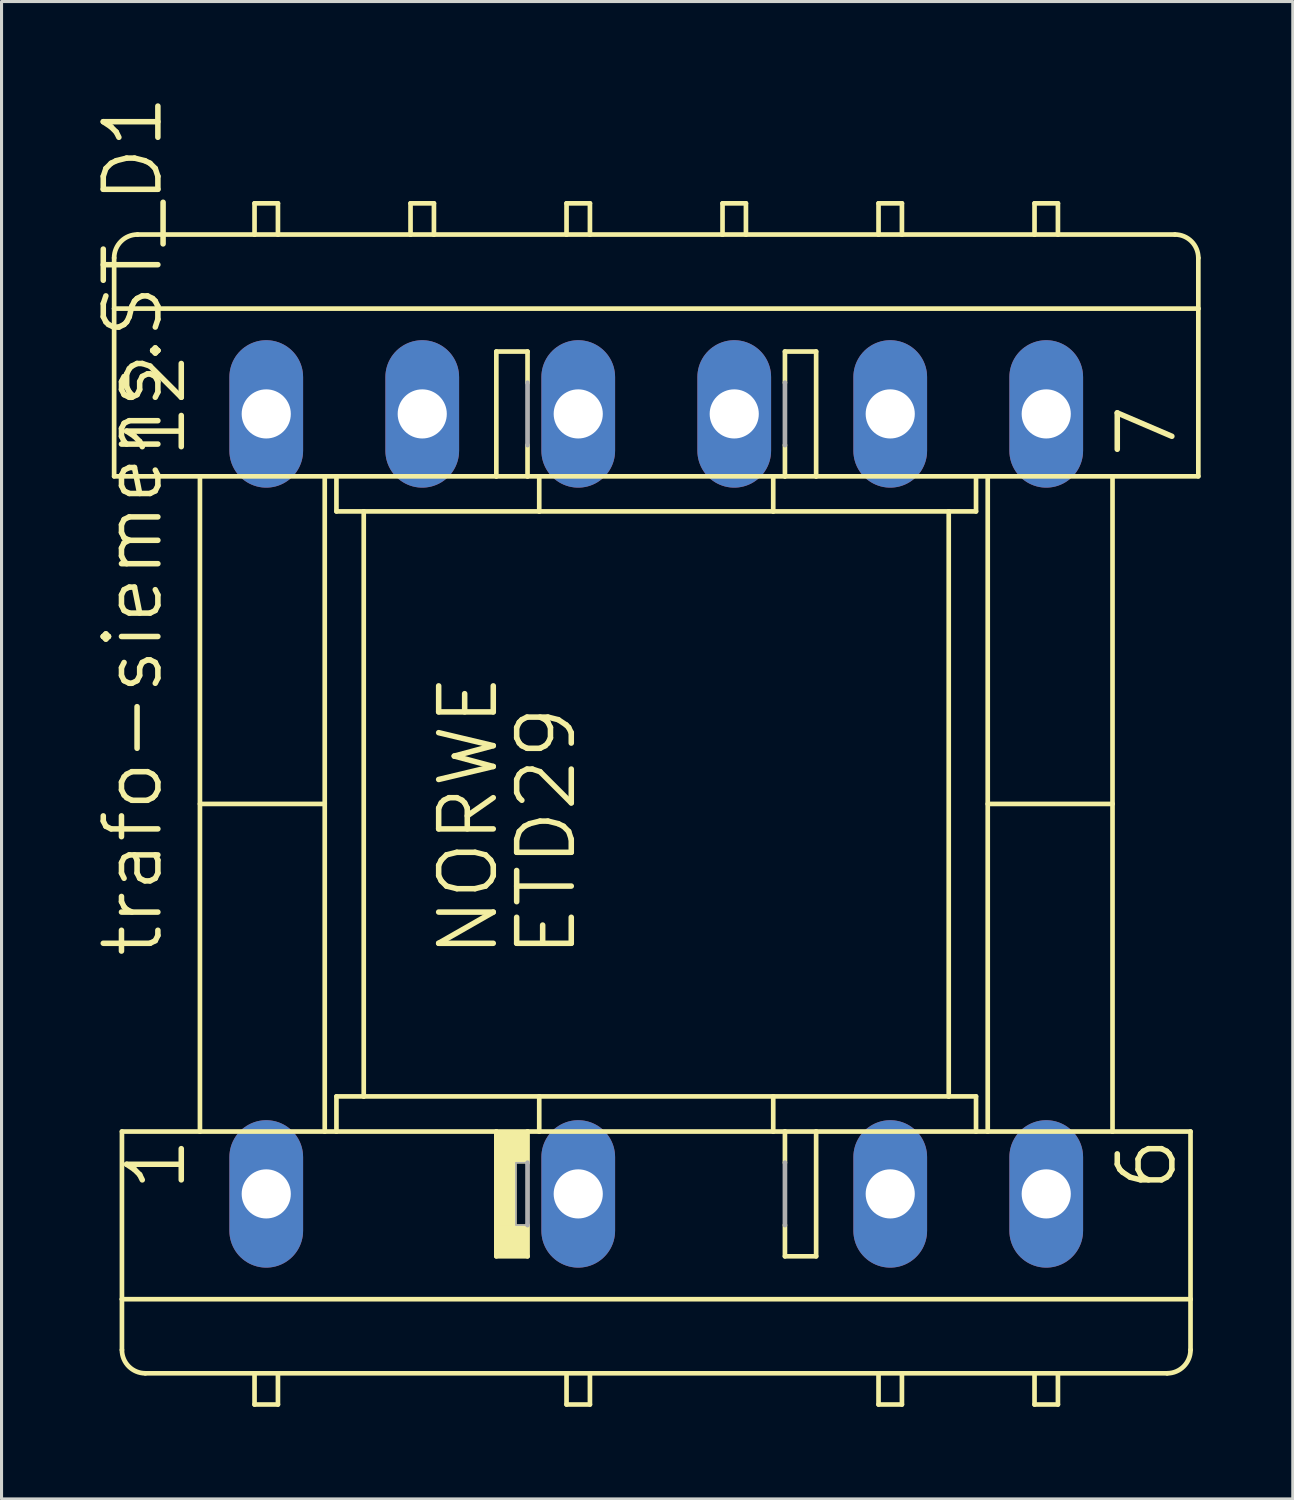
<source format=kicad_pcb>
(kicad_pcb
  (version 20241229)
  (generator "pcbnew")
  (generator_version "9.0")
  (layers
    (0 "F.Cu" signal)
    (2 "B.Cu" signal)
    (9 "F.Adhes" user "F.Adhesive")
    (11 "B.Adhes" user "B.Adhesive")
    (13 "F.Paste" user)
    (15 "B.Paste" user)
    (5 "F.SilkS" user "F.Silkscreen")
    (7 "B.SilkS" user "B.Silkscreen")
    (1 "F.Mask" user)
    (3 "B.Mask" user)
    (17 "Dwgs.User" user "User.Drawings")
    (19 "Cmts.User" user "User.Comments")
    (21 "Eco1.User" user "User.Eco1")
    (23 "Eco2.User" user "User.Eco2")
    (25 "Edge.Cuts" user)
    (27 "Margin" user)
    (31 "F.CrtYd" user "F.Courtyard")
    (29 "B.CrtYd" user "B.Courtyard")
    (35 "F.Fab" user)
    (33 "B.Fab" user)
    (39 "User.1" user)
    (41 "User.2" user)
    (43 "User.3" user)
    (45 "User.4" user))
  (footprint "trafo-siemens.ST_D1"
    (layer "F.Cu")
    (at 18.32 23.129)
    (property "Reference" "trafo-siemens.ST_D1" (at -16.002 5.08 90) (layer "F.SilkS") (effects (font (size 1.778 1.778) (thickness 0.18)) (justify left bottom)))
    (attr through_hole)
    (fp_line (start -17.653 -16.129) (end -17.653 -17.78) (stroke (width 0.152) (type default)) (layer "F.SilkS"))
    (fp_line (start -17.653 -16.129) (end 17.653 -16.129) (stroke (width 0.152) (type default)) (layer "F.SilkS"))
    (fp_line (start -17.653 -10.668) (end -17.653 -16.129) (stroke (width 0.152) (type default)) (layer "F.SilkS"))
    (fp_line (start -17.653 -10.668) (end -14.859 -10.668) (stroke (width 0.152) (type default)) (layer "F.SilkS"))
    (fp_line (start -17.399 10.668) (end -14.859 10.668) (stroke (width 0.152) (type default)) (layer "F.SilkS"))
    (fp_line (start -17.399 16.129) (end -17.399 10.668) (stroke (width 0.152) (type default)) (layer "F.SilkS"))
    (fp_line (start -17.399 17.78) (end -17.399 16.129) (stroke (width 0.152) (type default)) (layer "F.SilkS"))
    (fp_line (start -16.891 -18.542) (end -13.081 -18.542) (stroke (width 0.152) (type default)) (layer "F.SilkS"))
    (fp_line (start -14.859 -10.668) (end -10.795 -10.668) (stroke (width 0.152) (type default)) (layer "F.SilkS"))
    (fp_line (start -14.859 10.668) (end -14.859 -10.668) (stroke (width 0.152) (type default)) (layer "F.SilkS"))
    (fp_line (start -14.859 10.668) (end -10.795 10.668) (stroke (width 0.152) (type default)) (layer "F.SilkS"))
    (fp_line (start -13.081 -19.558) (end -13.081 -18.542) (stroke (width 0.152) (type default)) (layer "F.SilkS"))
    (fp_line (start -13.081 -18.542) (end -12.319 -18.542) (stroke (width 0.152) (type default)) (layer "F.SilkS"))
    (fp_line (start -13.081 18.542) (end -16.637 18.542) (stroke (width 0.152) (type default)) (layer "F.SilkS"))
    (fp_line (start -13.081 18.542) (end -13.081 19.558) (stroke (width 0.152) (type default)) (layer "F.SilkS"))
    (fp_line (start -13.081 19.558) (end -12.319 19.558) (stroke (width 0.152) (type default)) (layer "F.SilkS"))
    (fp_line (start -12.319 -19.558) (end -13.081 -19.558) (stroke (width 0.152) (type default)) (layer "F.SilkS"))
    (fp_line (start -12.319 -18.542) (end -12.319 -19.558) (stroke (width 0.152) (type default)) (layer "F.SilkS"))
    (fp_line (start -12.319 -18.542) (end -8.001 -18.542) (stroke (width 0.152) (type default)) (layer "F.SilkS"))
    (fp_line (start -12.319 18.542) (end -13.081 18.542) (stroke (width 0.152) (type default)) (layer "F.SilkS"))
    (fp_line (start -12.319 19.558) (end -12.319 18.542) (stroke (width 0.152) (type default)) (layer "F.SilkS"))
    (fp_line (start -10.795 -10.668) (end -10.414 -10.668) (stroke (width 0.152) (type default)) (layer "F.SilkS"))
    (fp_line (start -10.795 0) (end -14.859 0) (stroke (width 0.152) (type default)) (layer "F.SilkS"))
    (fp_line (start -10.795 10.668) (end -10.795 -10.668) (stroke (width 0.152) (type default)) (layer "F.SilkS"))
    (fp_line (start -10.795 10.668) (end -10.414 10.668) (stroke (width 0.152) (type default)) (layer "F.SilkS"))
    (fp_line (start -10.414 -10.668) (end -5.207 -10.668) (stroke (width 0.152) (type default)) (layer "F.SilkS"))
    (fp_line (start -10.414 -9.525) (end -10.414 -10.668) (stroke (width 0.152) (type default)) (layer "F.SilkS"))
    (fp_line (start -10.414 -9.525) (end -9.525 -9.525) (stroke (width 0.152) (type default)) (layer "F.SilkS"))
    (fp_line (start -10.414 9.525) (end -9.525 9.525) (stroke (width 0.152) (type default)) (layer "F.SilkS"))
    (fp_line (start -10.414 10.668) (end -10.414 9.525) (stroke (width 0.152) (type default)) (layer "F.SilkS"))
    (fp_line (start -10.414 10.668) (end -5.207 10.668) (stroke (width 0.152) (type default)) (layer "F.SilkS"))
    (fp_line (start -9.525 -9.525) (end -9.525 9.525) (stroke (width 0.152) (type default)) (layer "F.SilkS"))
    (fp_line (start -9.525 -9.525) (end -3.81 -9.525) (stroke (width 0.152) (type default)) (layer "F.SilkS"))
    (fp_line (start -9.525 9.525) (end -3.81 9.525) (stroke (width 0.152) (type default)) (layer "F.SilkS"))
    (fp_line (start -8.001 -19.558) (end -8.001 -18.542) (stroke (width 0.152) (type default)) (layer "F.SilkS"))
    (fp_line (start -8.001 -18.542) (end -7.239 -18.542) (stroke (width 0.152) (type default)) (layer "F.SilkS"))
    (fp_line (start -7.239 -19.558) (end -8.001 -19.558) (stroke (width 0.152) (type default)) (layer "F.SilkS"))
    (fp_line (start -7.239 -18.542) (end -7.239 -19.558) (stroke (width 0.152) (type default)) (layer "F.SilkS"))
    (fp_line (start -7.239 -18.542) (end -2.921 -18.542) (stroke (width 0.152) (type default)) (layer "F.SilkS"))
    (fp_line (start -5.207 -14.732) (end -4.191 -14.732) (stroke (width 0.152) (type default)) (layer "F.SilkS"))
    (fp_line (start -5.207 -10.668) (end -5.207 -14.732) (stroke (width 0.152) (type default)) (layer "F.SilkS"))
    (fp_line (start -5.207 -10.668) (end -4.191 -10.668) (stroke (width 0.152) (type default)) (layer "F.SilkS"))
    (fp_line (start -5.207 10.668) (end -4.191 10.668) (stroke (width 0.152) (type default)) (layer "F.SilkS"))
    (fp_line (start -5.207 14.732) (end -5.207 10.668) (stroke (width 0.152) (type default)) (layer "F.SilkS"))
    (fp_line (start -5.207 14.732) (end -4.191 14.732) (stroke (width 0.152) (type default)) (layer "F.SilkS"))
    (fp_line (start -4.191 -13.716) (end -4.191 -14.732) (stroke (width 0.152) (type default)) (layer "F.SilkS"))
    (fp_line (start -4.191 -10.668) (end -4.191 -11.684) (stroke (width 0.152) (type default)) (layer "F.SilkS"))
    (fp_line (start -4.191 -10.668) (end -3.81 -10.668) (stroke (width 0.152) (type default)) (layer "F.SilkS"))
    (fp_line (start -4.191 10.668) (end -4.191 11.684) (stroke (width 0.152) (type default)) (layer "F.SilkS"))
    (fp_line (start -4.191 10.668) (end -3.81 10.668) (stroke (width 0.152) (type default)) (layer "F.SilkS"))
    (fp_line (start -4.191 13.716) (end -4.191 14.732) (stroke (width 0.152) (type default)) (layer "F.SilkS"))
    (fp_line (start -3.81 -10.668) (end 3.81 -10.668) (stroke (width 0.152) (type default)) (layer "F.SilkS"))
    (fp_line (start -3.81 -9.525) (end -3.81 -10.668) (stroke (width 0.152) (type default)) (layer "F.SilkS"))
    (fp_line (start -3.81 -9.525) (end 3.81 -9.525) (stroke (width 0.152) (type default)) (layer "F.SilkS"))
    (fp_line (start -3.81 9.525) (end -3.81 10.668) (stroke (width 0.152) (type default)) (layer "F.SilkS"))
    (fp_line (start -3.81 9.525) (end 3.81 9.525) (stroke (width 0.152) (type default)) (layer "F.SilkS"))
    (fp_line (start -3.81 10.668) (end 3.81 10.668) (stroke (width 0.152) (type default)) (layer "F.SilkS"))
    (fp_line (start -2.921 -19.558) (end -2.921 -18.542) (stroke (width 0.152) (type default)) (layer "F.SilkS"))
    (fp_line (start -2.921 -18.542) (end -2.159 -18.542) (stroke (width 0.152) (type default)) (layer "F.SilkS"))
    (fp_line (start -2.921 18.542) (end -12.319 18.542) (stroke (width 0.152) (type default)) (layer "F.SilkS"))
    (fp_line (start -2.921 18.542) (end -2.921 19.558) (stroke (width 0.152) (type default)) (layer "F.SilkS"))
    (fp_line (start -2.921 19.558) (end -2.159 19.558) (stroke (width 0.152) (type default)) (layer "F.SilkS"))
    (fp_line (start -2.159 -19.558) (end -2.921 -19.558) (stroke (width 0.152) (type default)) (layer "F.SilkS"))
    (fp_line (start -2.159 -18.542) (end -2.159 -19.558) (stroke (width 0.152) (type default)) (layer "F.SilkS"))
    (fp_line (start -2.159 -18.542) (end 2.159 -18.542) (stroke (width 0.152) (type default)) (layer "F.SilkS"))
    (fp_line (start -2.159 18.542) (end -2.921 18.542) (stroke (width 0.152) (type default)) (layer "F.SilkS"))
    (fp_line (start -2.159 19.558) (end -2.159 18.542) (stroke (width 0.152) (type default)) (layer "F.SilkS"))
    (fp_line (start 2.159 -19.558) (end 2.159 -18.542) (stroke (width 0.152) (type default)) (layer "F.SilkS"))
    (fp_line (start 2.159 -18.542) (end 2.921 -18.542) (stroke (width 0.152) (type default)) (layer "F.SilkS"))
    (fp_line (start 2.921 -19.558) (end 2.159 -19.558) (stroke (width 0.152) (type default)) (layer "F.SilkS"))
    (fp_line (start 2.921 -18.542) (end 2.921 -19.558) (stroke (width 0.152) (type default)) (layer "F.SilkS"))
    (fp_line (start 2.921 -18.542) (end 7.239 -18.542) (stroke (width 0.152) (type default)) (layer "F.SilkS"))
    (fp_line (start 3.81 -10.668) (end 4.191 -10.668) (stroke (width 0.152) (type default)) (layer "F.SilkS"))
    (fp_line (start 3.81 -9.525) (end 3.81 -10.668) (stroke (width 0.152) (type default)) (layer "F.SilkS"))
    (fp_line (start 3.81 -9.525) (end 9.525 -9.525) (stroke (width 0.152) (type default)) (layer "F.SilkS"))
    (fp_line (start 3.81 9.525) (end 3.81 10.668) (stroke (width 0.152) (type default)) (layer "F.SilkS"))
    (fp_line (start 3.81 9.525) (end 9.525 9.525) (stroke (width 0.152) (type default)) (layer "F.SilkS"))
    (fp_line (start 3.81 10.668) (end 4.191 10.668) (stroke (width 0.152) (type default)) (layer "F.SilkS"))
    (fp_line (start 4.191 -14.732) (end 5.207 -14.732) (stroke (width 0.152) (type default)) (layer "F.SilkS"))
    (fp_line (start 4.191 -13.716) (end 4.191 -14.732) (stroke (width 0.152) (type default)) (layer "F.SilkS"))
    (fp_line (start 4.191 -10.668) (end 4.191 -11.684) (stroke (width 0.152) (type default)) (layer "F.SilkS"))
    (fp_line (start 4.191 -10.668) (end 5.207 -10.668) (stroke (width 0.152) (type default)) (layer "F.SilkS"))
    (fp_line (start 4.191 10.668) (end 4.191 11.684) (stroke (width 0.152) (type default)) (layer "F.SilkS"))
    (fp_line (start 4.191 10.668) (end 5.207 10.668) (stroke (width 0.152) (type default)) (layer "F.SilkS"))
    (fp_line (start 4.191 13.716) (end 4.191 14.732) (stroke (width 0.152) (type default)) (layer "F.SilkS"))
    (fp_line (start 4.191 14.732) (end 5.207 14.732) (stroke (width 0.152) (type default)) (layer "F.SilkS"))
    (fp_line (start 5.207 -10.668) (end 5.207 -14.732) (stroke (width 0.152) (type default)) (layer "F.SilkS"))
    (fp_line (start 5.207 -10.668) (end 10.414 -10.668) (stroke (width 0.152) (type default)) (layer "F.SilkS"))
    (fp_line (start 5.207 10.668) (end 5.207 14.732) (stroke (width 0.152) (type default)) (layer "F.SilkS"))
    (fp_line (start 5.207 10.668) (end 10.414 10.668) (stroke (width 0.152) (type default)) (layer "F.SilkS"))
    (fp_line (start 7.239 -19.558) (end 7.239 -18.542) (stroke (width 0.152) (type default)) (layer "F.SilkS"))
    (fp_line (start 7.239 -18.542) (end 8.001 -18.542) (stroke (width 0.152) (type default)) (layer "F.SilkS"))
    (fp_line (start 7.239 18.542) (end -2.159 18.542) (stroke (width 0.152) (type default)) (layer "F.SilkS"))
    (fp_line (start 7.239 18.542) (end 7.239 19.558) (stroke (width 0.152) (type default)) (layer "F.SilkS"))
    (fp_line (start 7.239 19.558) (end 8.001 19.558) (stroke (width 0.152) (type default)) (layer "F.SilkS"))
    (fp_line (start 8.001 -19.558) (end 7.239 -19.558) (stroke (width 0.152) (type default)) (layer "F.SilkS"))
    (fp_line (start 8.001 -18.542) (end 8.001 -19.558) (stroke (width 0.152) (type default)) (layer "F.SilkS"))
    (fp_line (start 8.001 -18.542) (end 12.319 -18.542) (stroke (width 0.152) (type default)) (layer "F.SilkS"))
    (fp_line (start 8.001 18.542) (end 7.239 18.542) (stroke (width 0.152) (type default)) (layer "F.SilkS"))
    (fp_line (start 8.001 19.558) (end 8.001 18.542) (stroke (width 0.152) (type default)) (layer "F.SilkS"))
    (fp_line (start 9.525 -9.525) (end 9.525 9.525) (stroke (width 0.152) (type default)) (layer "F.SilkS"))
    (fp_line (start 9.525 -9.525) (end 10.414 -9.525) (stroke (width 0.152) (type default)) (layer "F.SilkS"))
    (fp_line (start 9.525 9.525) (end 10.414 9.525) (stroke (width 0.152) (type default)) (layer "F.SilkS"))
    (fp_line (start 10.414 -10.668) (end 10.795 -10.668) (stroke (width 0.152) (type default)) (layer "F.SilkS"))
    (fp_line (start 10.414 -9.525) (end 10.414 -10.668) (stroke (width 0.152) (type default)) (layer "F.SilkS"))
    (fp_line (start 10.414 10.668) (end 10.414 9.525) (stroke (width 0.152) (type default)) (layer "F.SilkS"))
    (fp_line (start 10.414 10.668) (end 10.795 10.668) (stroke (width 0.152) (type default)) (layer "F.SilkS"))
    (fp_line (start 10.795 -10.668) (end 14.859 -10.668) (stroke (width 0.152) (type default)) (layer "F.SilkS"))
    (fp_line (start 10.795 0) (end 14.859 0) (stroke (width 0.152) (type default)) (layer "F.SilkS"))
    (fp_line (start 10.795 10.668) (end 10.795 -10.668) (stroke (width 0.152) (type default)) (layer "F.SilkS"))
    (fp_line (start 10.795 10.668) (end 14.859 10.668) (stroke (width 0.152) (type default)) (layer "F.SilkS"))
    (fp_line (start 12.319 -19.558) (end 12.319 -18.542) (stroke (width 0.152) (type default)) (layer "F.SilkS"))
    (fp_line (start 12.319 -18.542) (end 13.081 -18.542) (stroke (width 0.152) (type default)) (layer "F.SilkS"))
    (fp_line (start 12.319 18.542) (end 8.001 18.542) (stroke (width 0.152) (type default)) (layer "F.SilkS"))
    (fp_line (start 12.319 18.542) (end 12.319 19.558) (stroke (width 0.152) (type default)) (layer "F.SilkS"))
    (fp_line (start 12.319 19.558) (end 13.081 19.558) (stroke (width 0.152) (type default)) (layer "F.SilkS"))
    (fp_line (start 13.081 -19.558) (end 12.319 -19.558) (stroke (width 0.152) (type default)) (layer "F.SilkS"))
    (fp_line (start 13.081 -18.542) (end 13.081 -19.558) (stroke (width 0.152) (type default)) (layer "F.SilkS"))
    (fp_line (start 13.081 -18.542) (end 16.891 -18.542) (stroke (width 0.152) (type default)) (layer "F.SilkS"))
    (fp_line (start 13.081 18.542) (end 12.319 18.542) (stroke (width 0.152) (type default)) (layer "F.SilkS"))
    (fp_line (start 13.081 19.558) (end 13.081 18.542) (stroke (width 0.152) (type default)) (layer "F.SilkS"))
    (fp_line (start 14.859 -10.668) (end 17.653 -10.668) (stroke (width 0.152) (type default)) (layer "F.SilkS"))
    (fp_line (start 14.859 10.668) (end 14.859 -10.668) (stroke (width 0.152) (type default)) (layer "F.SilkS"))
    (fp_line (start 14.859 10.668) (end 17.399 10.668) (stroke (width 0.152) (type default)) (layer "F.SilkS"))
    (fp_line (start 16.637 18.542) (end 13.081 18.542) (stroke (width 0.152) (type default)) (layer "F.SilkS"))
    (fp_line (start 17.399 10.668) (end 17.399 16.129) (stroke (width 0.152) (type default)) (layer "F.SilkS"))
    (fp_line (start 17.399 16.129) (end -17.399 16.129) (stroke (width 0.152) (type default)) (layer "F.SilkS"))
    (fp_line (start 17.399 16.129) (end 17.399 17.78) (stroke (width 0.152) (type default)) (layer "F.SilkS"))
    (fp_line (start 17.653 -16.129) (end 17.653 -17.78) (stroke (width 0.152) (type default)) (layer "F.SilkS"))
    (fp_line (start 17.653 -10.668) (end 17.653 -16.129) (stroke (width 0.152) (type default)) (layer "F.SilkS"))
    (fp_rect (start -5.207 11.684) (end -4.191 10.668) (stroke (width 0.05) (type default)) (fill yes) (layer "F.SilkS"))
    (fp_rect (start -5.207 13.716) (end -4.572 11.684) (stroke (width 0.05) (type default)) (fill yes) (layer "F.SilkS"))
    (fp_rect (start -5.207 14.732) (end -4.191 13.716) (stroke (width 0.05) (type default)) (fill yes) (layer "F.SilkS"))
    (fp_arc (start -17.653 -17.78) (mid -17.429815 -18.318815) (end -16.891 -18.542) (stroke (width 0.1524) (type default)) (layer "F.SilkS"))
    (fp_arc (start -16.637 18.542) (mid -17.175815 18.318815) (end -17.399 17.78) (stroke (width 0.1524) (type default)) (layer "F.SilkS"))
    (fp_arc (start 16.891 -18.542) (mid 17.429815 -18.318815) (end 17.653 -17.78) (stroke (width 0.1524) (type default)) (layer "F.SilkS"))
    (fp_arc (start 17.399 17.78) (mid 17.175815 18.318815) (end 16.637 18.542) (stroke (width 0.1524) (type default)) (layer "F.SilkS"))
    (fp_line (start -4.191 -11.684) (end -4.191 -13.716) (stroke (width 0.152) (type default)) (layer "F.Fab"))
    (fp_line (start -4.191 11.684) (end -4.191 13.716) (stroke (width 0.152) (type default)) (layer "F.Fab"))
    (fp_line (start 4.191 -11.684) (end 4.191 -13.716) (stroke (width 0.152) (type default)) (layer "F.Fab"))
    (fp_line (start 4.191 11.684) (end 4.191 13.716) (stroke (width 0.152) (type default)) (layer "F.Fab"))
    (fp_rect (start -4.572 13.716) (end -4.191 11.684) (stroke (width 0.05) (type default)) (fill no) (layer "F.Fab"))
    (fp_text user "6" (at 17.018 12.7 90) (layer "F.SilkS") (effects (font (size 1.778 1.778) (thickness 0.18)) (justify left bottom)))
    (fp_text user "12" (at -15.24 -11.176 90) (layer "F.SilkS") (effects (font (size 1.778 1.778) (thickness 0.18)) (justify left bottom)))
    (fp_text user "ETD29" (at -2.54 5.08 90) (layer "F.SilkS") (effects (font (size 1.778 1.778) (thickness 0.18)) (justify left bottom)))
    (fp_text user "1" (at -15.24 12.7 90) (layer "F.SilkS") (effects (font (size 1.778 1.778) (thickness 0.18)) (justify left bottom)))
    (fp_text user "NORWE" (at -5.08 5.08 90) (layer "F.SilkS") (effects (font (size 1.778 1.778) (thickness 0.18)) (justify left bottom)))
    (fp_text user "7" (at 17.018 -11.176 90) (layer "F.SilkS") (effects (font (size 1.778 1.778) (thickness 0.18)) (justify left bottom)))
    (pad "1" thru_hole oval (at -12.7 12.7 90) (size 4.801 2.4) (drill 1.6) (layers "*.Cu" "*.Mask"))
    (pad "3" thru_hole oval (at -2.54 12.7 90) (size 4.801 2.4) (drill 1.6) (layers "*.Cu" "*.Mask"))
    (pad "5" thru_hole oval (at 7.62 12.7 90) (size 4.801 2.4) (drill 1.6) (layers "*.Cu" "*.Mask"))
    (pad "6" thru_hole oval (at 12.7 12.7 90) (size 4.801 2.4) (drill 1.6) (layers "*.Cu" "*.Mask"))
    (pad "7" thru_hole oval (at 12.7 -12.7 90) (size 4.801 2.4) (drill 1.6) (layers "*.Cu" "*.Mask"))
    (pad "8" thru_hole oval (at 7.62 -12.7 90) (size 4.801 2.4) (drill 1.6) (layers "*.Cu" "*.Mask"))
    (pad "9" thru_hole oval (at 2.54 -12.7 90) (size 4.801 2.4) (drill 1.6) (layers "*.Cu" "*.Mask"))
    (pad "10" thru_hole oval (at -2.54 -12.7 90) (size 4.801 2.4) (drill 1.6) (layers "*.Cu" "*.Mask"))
    (pad "11" thru_hole oval (at -7.62 -12.7 90) (size 4.801 2.4) (drill 1.6) (layers "*.Cu" "*.Mask"))
    (pad "12" thru_hole oval (at -12.7 -12.7 90) (size 4.801 2.4) (drill 1.6) (layers "*.Cu" "*.Mask")))
  (gr_rect
    (start -3 -3)
    (end 39.049 45.763)
    (stroke (width 0.1) (type default))
    (fill no)
    (layer "Edge.Cuts")))
</source>
